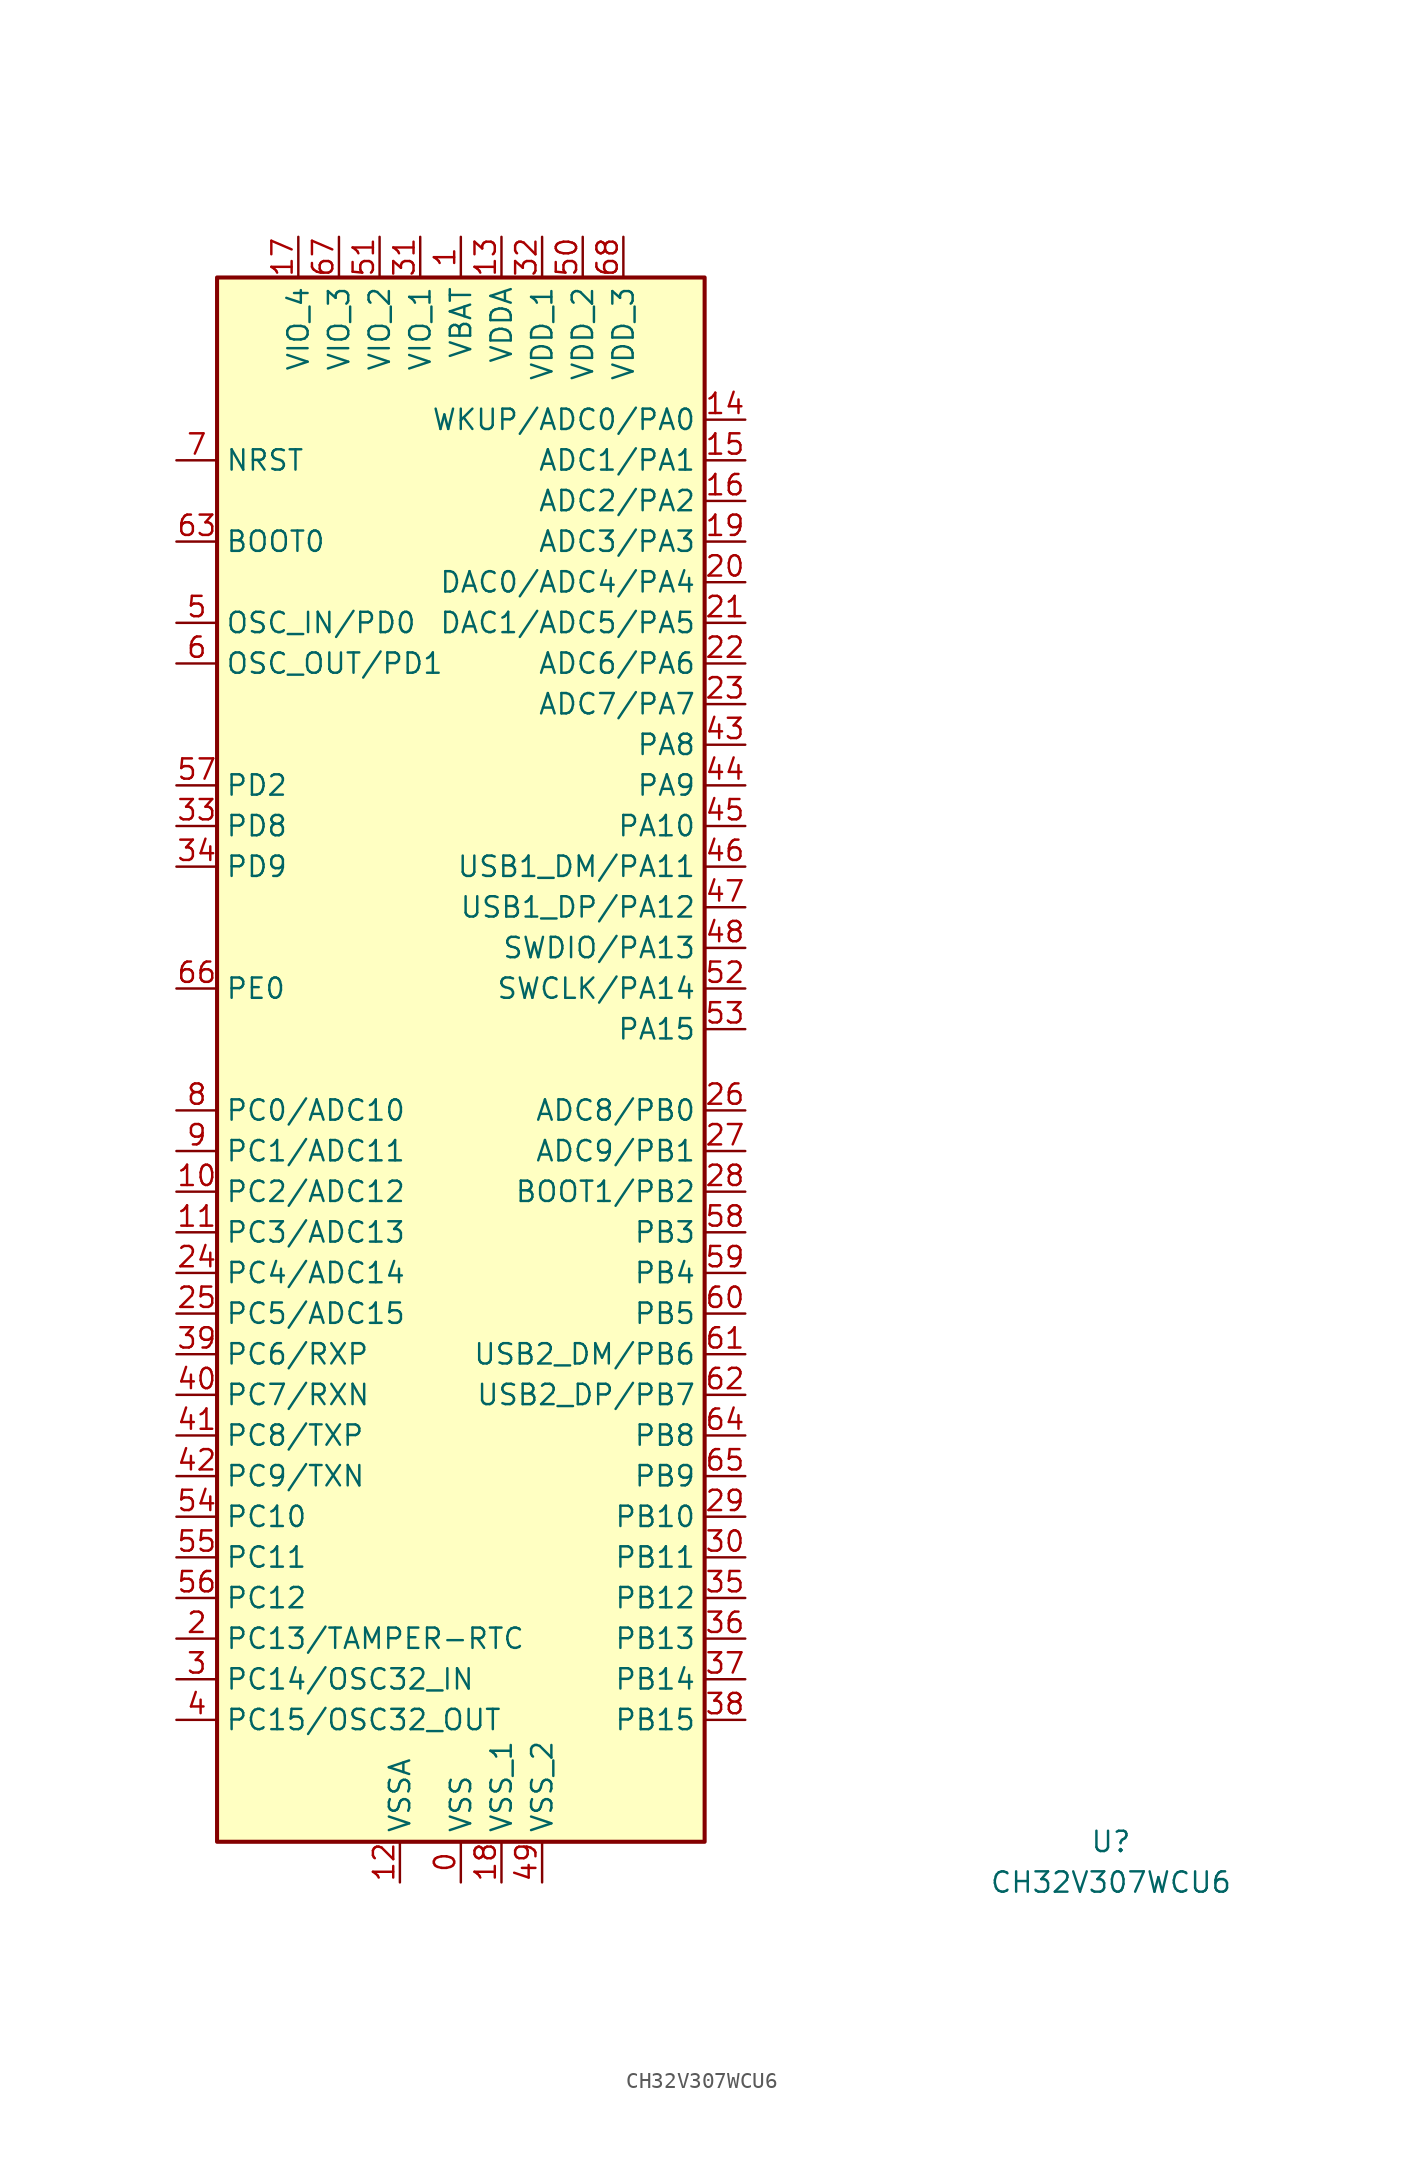
<source format=kicad_sym>
(kicad_symbol_lib
  (version 20231120)
  (generator "kicad_symbol_editor")
  (generator_version "8.0")
  (symbol "CH32V307WCU6"
    (property "Reference" "U"
      (at 40.64 -48.26 0)
      (effects (font (size 1.27 1.27))))
    (property "Value" "CH32V307WCU6"
      (at 40.64 -50.8 0)
      (effects (font (size 1.27 1.27))))
    (symbol "CH32V307WCU6_0_1"
      (rectangle (start -15.24 49.53) (end 15.24 -48.26) (stroke (width 0.254) (type default)) (fill (type background))))
    (symbol "CH32V307WCU6_1_1"
      (pin power_in line (at 0 -50.8 90) (length 2.54) (name "VSS" (effects (font (size 1.27 1.27)))) (number "0" (effects (font (size 1.27 1.27)))))
      (pin power_in line (at 0 52.07 270) (length 2.54) (name "VBAT" (effects (font (size 1.27 1.27)))) (number "1" (effects (font (size 1.27 1.27)))))
      (pin bidirectional line (at -17.78 -7.62 0) (length 2.54) (name "PC2/ADC12" (effects (font (size 1.27 1.27)))) (number "10" (effects (font (size 1.27 1.27)))))
      (pin bidirectional line (at -17.78 -10.16 0) (length 2.54) (name "PC3/ADC13" (effects (font (size 1.27 1.27)))) (number "11" (effects (font (size 1.27 1.27)))))
      (pin power_in line (at -3.81 -50.8 90) (length 2.54) (name "VSSA" (effects (font (size 1.27 1.27)))) (number "12" (effects (font (size 1.27 1.27)))))
      (pin power_in line (at 2.54 52.07 270) (length 2.54) (name "VDDA" (effects (font (size 1.27 1.27)))) (number "13" (effects (font (size 1.27 1.27)))))
      (pin bidirectional line (at 17.78 40.64 180) (length 2.54) (name "WKUP/ADC0/PA0" (effects (font (size 1.27 1.27)))) (number "14" (effects (font (size 1.27 1.27)))))
      (pin bidirectional line (at 17.78 38.1 180) (length 2.54) (name "ADC1/PA1" (effects (font (size 1.27 1.27)))) (number "15" (effects (font (size 1.27 1.27)))))
      (pin bidirectional line (at 17.78 35.56 180) (length 2.54) (name "ADC2/PA2" (effects (font (size 1.27 1.27)))) (number "16" (effects (font (size 1.27 1.27)))))
      (pin power_in line (at -10.16 52.07 270) (length 2.54) (name "VIO_4" (effects (font (size 1.27 1.27)))) (number "17" (effects (font (size 1.27 1.27)))))
      (pin power_in line (at 2.54 -50.8 90) (length 2.54) (name "VSS_1" (effects (font (size 1.27 1.27)))) (number "18" (effects (font (size 1.27 1.27)))))
      (pin bidirectional line (at 17.78 33.02 180) (length 2.54) (name "ADC3/PA3" (effects (font (size 1.27 1.27)))) (number "19" (effects (font (size 1.27 1.27)))))
      (pin bidirectional line (at -17.78 -35.56 0) (length 2.54) (name "PC13/TAMPER-RTC" (effects (font (size 1.27 1.27)))) (number "2" (effects (font (size 1.27 1.27)))))
      (pin bidirectional line (at 17.78 30.48 180) (length 2.54) (name "DAC0/ADC4/PA4" (effects (font (size 1.27 1.27)))) (number "20" (effects (font (size 1.27 1.27)))))
      (pin bidirectional line (at 17.78 27.94 180) (length 2.54) (name "DAC1/ADC5/PA5" (effects (font (size 1.27 1.27)))) (number "21" (effects (font (size 1.27 1.27)))))
      (pin bidirectional line (at 17.78 25.4 180) (length 2.54) (name "ADC6/PA6" (effects (font (size 1.27 1.27)))) (number "22" (effects (font (size 1.27 1.27)))))
      (pin bidirectional line (at 17.78 22.86 180) (length 2.54) (name "ADC7/PA7" (effects (font (size 1.27 1.27)))) (number "23" (effects (font (size 1.27 1.27)))))
      (pin bidirectional line (at -17.78 -12.7 0) (length 2.54) (name "PC4/ADC14" (effects (font (size 1.27 1.27)))) (number "24" (effects (font (size 1.27 1.27)))))
      (pin bidirectional line (at -17.78 -15.24 0) (length 2.54) (name "PC5/ADC15" (effects (font (size 1.27 1.27)))) (number "25" (effects (font (size 1.27 1.27)))))
      (pin bidirectional line (at 17.78 -2.54 180) (length 2.54) (name "ADC8/PB0" (effects (font (size 1.27 1.27)))) (number "26" (effects (font (size 1.27 1.27)))))
      (pin bidirectional line (at 17.78 -5.08 180) (length 2.54) (name "ADC9/PB1" (effects (font (size 1.27 1.27)))) (number "27" (effects (font (size 1.27 1.27)))))
      (pin bidirectional line (at 17.78 -7.62 180) (length 2.54) (name "BOOT1/PB2" (effects (font (size 1.27 1.27)))) (number "28" (effects (font (size 1.27 1.27)))))
      (pin bidirectional line (at 17.78 -27.94 180) (length 2.54) (name "PB10" (effects (font (size 1.27 1.27)))) (number "29" (effects (font (size 1.27 1.27)))))
      (pin bidirectional line (at -17.78 -38.1 0) (length 2.54) (name "PC14/OSC32_IN" (effects (font (size 1.27 1.27)))) (number "3" (effects (font (size 1.27 1.27)))))
      (pin bidirectional line (at 17.78 -30.48 180) (length 2.54) (name "PB11" (effects (font (size 1.27 1.27)))) (number "30" (effects (font (size 1.27 1.27)))))
      (pin power_in line (at -2.54 52.07 270) (length 2.54) (name "VIO_1" (effects (font (size 1.27 1.27)))) (number "31" (effects (font (size 1.27 1.27)))))
      (pin power_in line (at 5.08 52.07 270) (length 2.54) (name "VDD_1" (effects (font (size 1.27 1.27)))) (number "32" (effects (font (size 1.27 1.27)))))
      (pin bidirectional line (at -17.78 15.24 0) (length 2.54) (name "PD8" (effects (font (size 1.27 1.27)))) (number "33" (effects (font (size 1.27 1.27)))))
      (pin bidirectional line (at -17.78 12.7 0) (length 2.54) (name "PD9" (effects (font (size 1.27 1.27)))) (number "34" (effects (font (size 1.27 1.27)))))
      (pin bidirectional line (at 17.78 -33.02 180) (length 2.54) (name "PB12" (effects (font (size 1.27 1.27)))) (number "35" (effects (font (size 1.27 1.27)))))
      (pin bidirectional line (at 17.78 -35.56 180) (length 2.54) (name "PB13" (effects (font (size 1.27 1.27)))) (number "36" (effects (font (size 1.27 1.27)))))
      (pin bidirectional line (at 17.78 -38.1 180) (length 2.54) (name "PB14" (effects (font (size 1.27 1.27)))) (number "37" (effects (font (size 1.27 1.27)))))
      (pin bidirectional line (at 17.78 -40.64 180) (length 2.54) (name "PB15" (effects (font (size 1.27 1.27)))) (number "38" (effects (font (size 1.27 1.27)))))
      (pin bidirectional line (at -17.78 -17.78 0) (length 2.54) (name "PC6/RXP" (effects (font (size 1.27 1.27)))) (number "39" (effects (font (size 1.27 1.27)))))
      (pin bidirectional line (at -17.78 -40.64 0) (length 2.54) (name "PC15/OSC32_OUT" (effects (font (size 1.27 1.27)))) (number "4" (effects (font (size 1.27 1.27)))))
      (pin bidirectional line (at -17.78 -20.32 0) (length 2.54) (name "PC7/RXN" (effects (font (size 1.27 1.27)))) (number "40" (effects (font (size 1.27 1.27)))))
      (pin bidirectional line (at -17.78 -22.86 0) (length 2.54) (name "PC8/TXP" (effects (font (size 1.27 1.27)))) (number "41" (effects (font (size 1.27 1.27)))))
      (pin bidirectional line (at -17.78 -25.4 0) (length 2.54) (name "PC9/TXN" (effects (font (size 1.27 1.27)))) (number "42" (effects (font (size 1.27 1.27)))))
      (pin bidirectional line (at 17.78 20.32 180) (length 2.54) (name "PA8" (effects (font (size 1.27 1.27)))) (number "43" (effects (font (size 1.27 1.27)))))
      (pin bidirectional line (at 17.78 17.78 180) (length 2.54) (name "PA9" (effects (font (size 1.27 1.27)))) (number "44" (effects (font (size 1.27 1.27)))))
      (pin bidirectional line (at 17.78 15.24 180) (length 2.54) (name "PA10" (effects (font (size 1.27 1.27)))) (number "45" (effects (font (size 1.27 1.27)))))
      (pin bidirectional line (at 17.78 12.7 180) (length 2.54) (name "USB1_DM/PA11" (effects (font (size 1.27 1.27)))) (number "46" (effects (font (size 1.27 1.27)))))
      (pin bidirectional line (at 17.78 10.16 180) (length 2.54) (name "USB1_DP/PA12" (effects (font (size 1.27 1.27)))) (number "47" (effects (font (size 1.27 1.27)))))
      (pin bidirectional line (at 17.78 7.62 180) (length 2.54) (name "SWDIO/PA13" (effects (font (size 1.27 1.27)))) (number "48" (effects (font (size 1.27 1.27)))))
      (pin power_in line (at 5.08 -50.8 90) (length 2.54) (name "VSS_2" (effects (font (size 1.27 1.27)))) (number "49" (effects (font (size 1.27 1.27)))))
      (pin bidirectional line (at -17.78 27.94 0) (length 2.54) (name "OSC_IN/PD0" (effects (font (size 1.27 1.27)))) (number "5" (effects (font (size 1.27 1.27)))))
      (pin power_in line (at 7.62 52.07 270) (length 2.54) (name "VDD_2" (effects (font (size 1.27 1.27)))) (number "50" (effects (font (size 1.27 1.27)))))
      (pin power_in line (at -5.08 52.07 270) (length 2.54) (name "VIO_2" (effects (font (size 1.27 1.27)))) (number "51" (effects (font (size 1.27 1.27)))))
      (pin bidirectional line (at 17.78 5.08 180) (length 2.54) (name "SWCLK/PA14" (effects (font (size 1.27 1.27)))) (number "52" (effects (font (size 1.27 1.27)))))
      (pin bidirectional line (at 17.78 2.54 180) (length 2.54) (name "PA15" (effects (font (size 1.27 1.27)))) (number "53" (effects (font (size 1.27 1.27)))))
      (pin bidirectional line (at -17.78 -27.94 0) (length 2.54) (name "PC10" (effects (font (size 1.27 1.27)))) (number "54" (effects (font (size 1.27 1.27)))))
      (pin bidirectional line (at -17.78 -30.48 0) (length 2.54) (name "PC11" (effects (font (size 1.27 1.27)))) (number "55" (effects (font (size 1.27 1.27)))))
      (pin bidirectional line (at -17.78 -33.02 0) (length 2.54) (name "PC12" (effects (font (size 1.27 1.27)))) (number "56" (effects (font (size 1.27 1.27)))))
      (pin bidirectional line (at -17.78 17.78 0) (length 2.54) (name "PD2" (effects (font (size 1.27 1.27)))) (number "57" (effects (font (size 1.27 1.27)))))
      (pin bidirectional line (at 17.78 -10.16 180) (length 2.54) (name "PB3" (effects (font (size 1.27 1.27)))) (number "58" (effects (font (size 1.27 1.27)))))
      (pin bidirectional line (at 17.78 -12.7 180) (length 2.54) (name "PB4" (effects (font (size 1.27 1.27)))) (number "59" (effects (font (size 1.27 1.27)))))
      (pin bidirectional line (at -17.78 25.4 0) (length 2.54) (name "OSC_OUT/PD1" (effects (font (size 1.27 1.27)))) (number "6" (effects (font (size 1.27 1.27)))))
      (pin bidirectional line (at 17.78 -15.24 180) (length 2.54) (name "PB5" (effects (font (size 1.27 1.27)))) (number "60" (effects (font (size 1.27 1.27)))))
      (pin bidirectional line (at 17.78 -17.78 180) (length 2.54) (name "USB2_DM/PB6" (effects (font (size 1.27 1.27)))) (number "61" (effects (font (size 1.27 1.27)))))
      (pin bidirectional line (at 17.78 -20.32 180) (length 2.54) (name "USB2_DP/PB7" (effects (font (size 1.27 1.27)))) (number "62" (effects (font (size 1.27 1.27)))))
      (pin bidirectional line (at -17.78 33.02 0) (length 2.54) (name "BOOT0" (effects (font (size 1.27 1.27)))) (number "63" (effects (font (size 1.27 1.27)))))
      (pin bidirectional line (at 17.78 -22.86 180) (length 2.54) (name "PB8" (effects (font (size 1.27 1.27)))) (number "64" (effects (font (size 1.27 1.27)))))
      (pin bidirectional line (at 17.78 -25.4 180) (length 2.54) (name "PB9" (effects (font (size 1.27 1.27)))) (number "65" (effects (font (size 1.27 1.27)))))
      (pin bidirectional line (at -17.78 5.08 0) (length 2.54) (name "PE0" (effects (font (size 1.27 1.27)))) (number "66" (effects (font (size 1.27 1.27)))))
      (pin power_in line (at -7.62 52.07 270) (length 2.54) (name "VIO_3" (effects (font (size 1.27 1.27)))) (number "67" (effects (font (size 1.27 1.27)))))
      (pin power_in line (at 10.16 52.07 270) (length 2.54) (name "VDD_3" (effects (font (size 1.27 1.27)))) (number "68" (effects (font (size 1.27 1.27)))))
      (pin bidirectional line (at -17.78 38.1 0) (length 2.54) (name "NRST" (effects (font (size 1.27 1.27)))) (number "7" (effects (font (size 1.27 1.27)))))
      (pin bidirectional line (at -17.78 -2.54 0) (length 2.54) (name "PC0/ADC10" (effects (font (size 1.27 1.27)))) (number "8" (effects (font (size 1.27 1.27)))))
      (pin bidirectional line (at -17.78 -5.08 0) (length 2.54) (name "PC1/ADC11" (effects (font (size 1.27 1.27)))) (number "9" (effects (font (size 1.27 1.27))))))))
</source>
